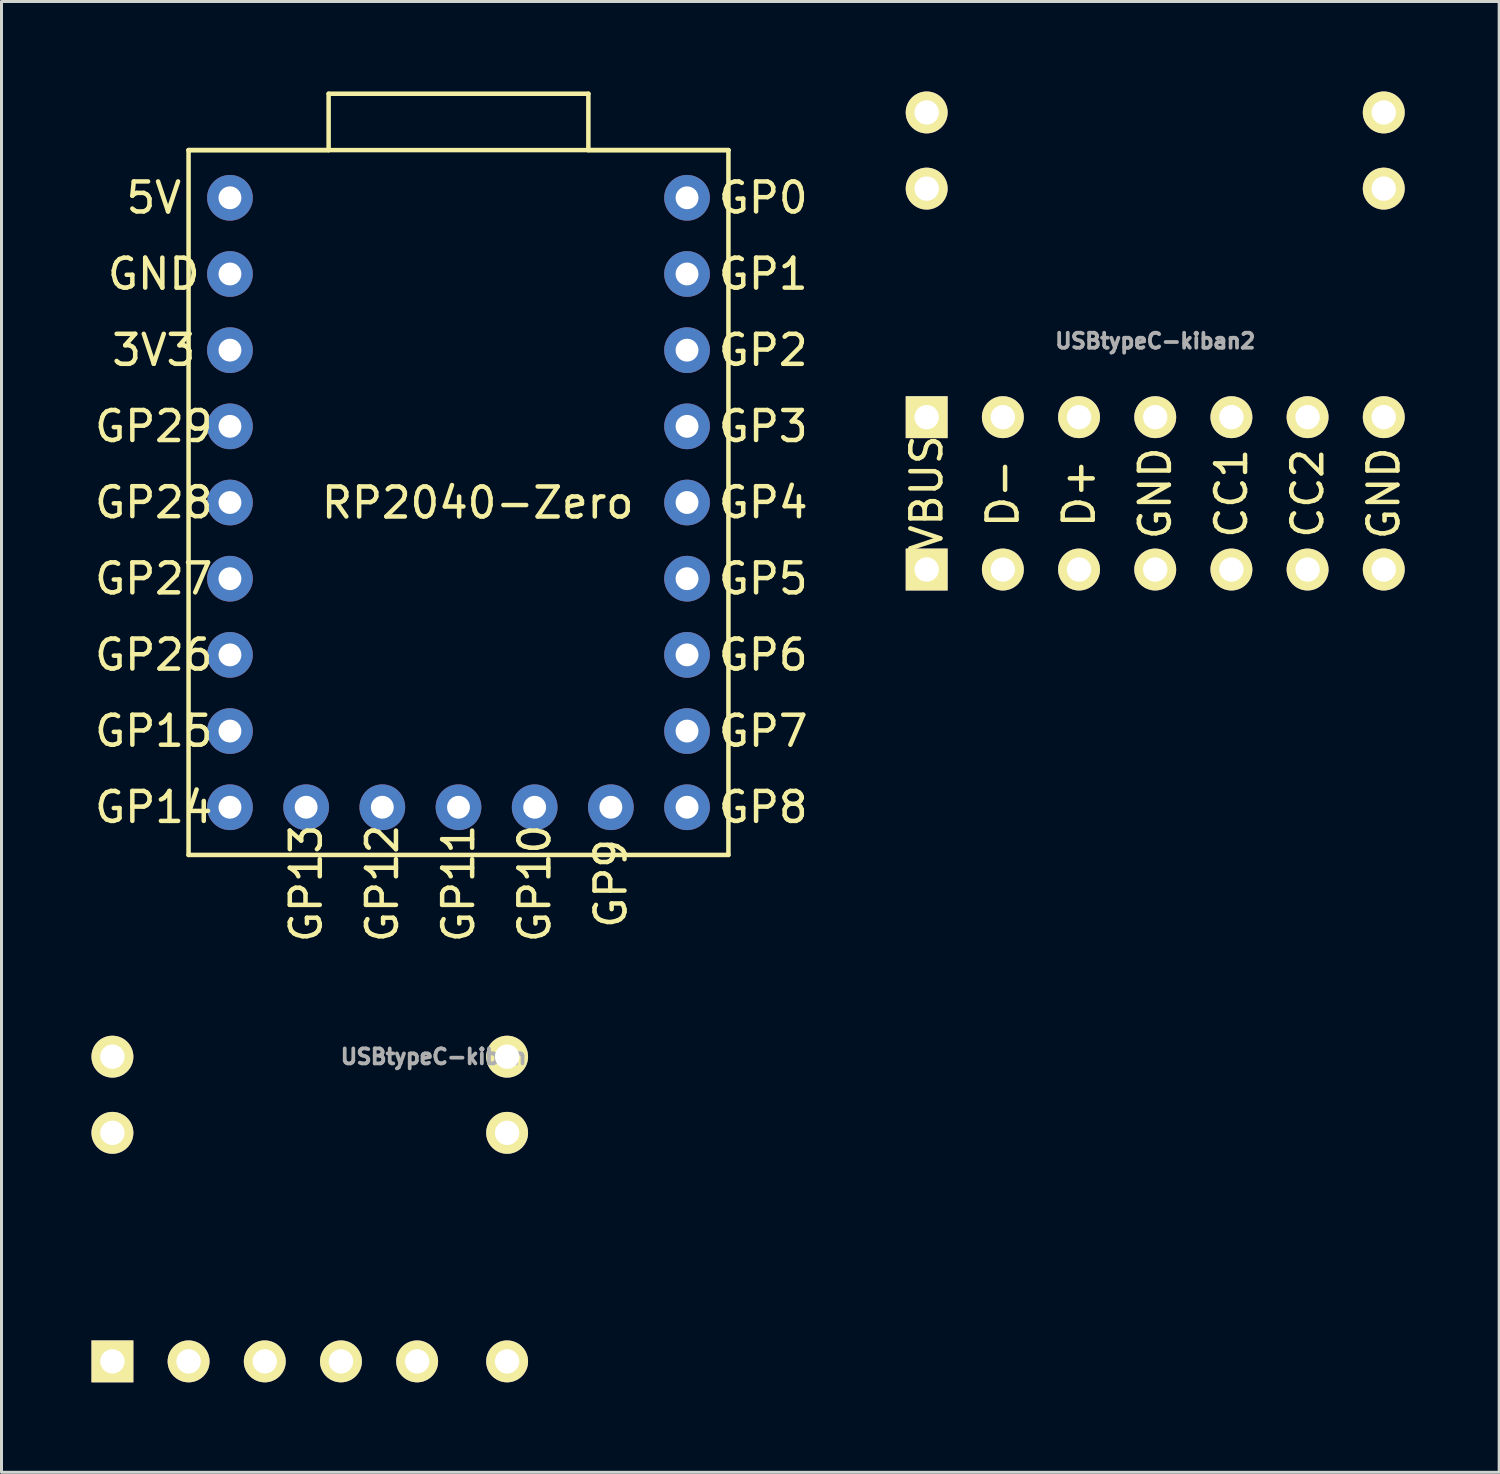
<source format=kicad_pcb>
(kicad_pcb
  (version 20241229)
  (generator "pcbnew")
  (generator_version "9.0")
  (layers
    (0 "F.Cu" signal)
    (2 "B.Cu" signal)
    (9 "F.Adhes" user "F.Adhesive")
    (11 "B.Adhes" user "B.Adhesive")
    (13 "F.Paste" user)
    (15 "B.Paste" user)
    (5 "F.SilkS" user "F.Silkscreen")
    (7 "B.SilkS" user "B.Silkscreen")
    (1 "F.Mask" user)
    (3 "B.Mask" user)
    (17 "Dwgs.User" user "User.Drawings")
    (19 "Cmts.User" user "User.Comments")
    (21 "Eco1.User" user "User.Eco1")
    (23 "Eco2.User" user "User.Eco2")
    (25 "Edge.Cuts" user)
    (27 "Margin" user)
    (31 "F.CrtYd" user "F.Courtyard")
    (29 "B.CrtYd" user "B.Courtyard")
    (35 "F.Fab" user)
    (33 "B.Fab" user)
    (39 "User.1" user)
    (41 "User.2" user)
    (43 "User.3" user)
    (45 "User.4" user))
  (footprint "USBtypeC-kiban"
    (layer "F.Cu")
    (at 10.858 32.181)
    (property "Reference" "USBtypeC-kiban" (at 0.55 0 0) (layer "F.Fab") (effects (font (size 0.5 0.5) (thickness 0.125))))
    (attr through_hole)
    (pad "1" thru_hole rect (at -10.16 10.16) (size 1.397 1.397) (drill 0.813) (layers "*.Cu" "B.Mask" "F.SilkS"))
    (pad "2" thru_hole circle (at -10.16 0) (size 1.397 1.397) (drill 0.813) (layers "*.Cu" "B.Mask" "F.SilkS"))
    (pad "2" thru_hole circle (at -10.16 2.54) (size 1.397 1.397) (drill 0.813) (layers "*.Cu" "B.Mask" "F.SilkS"))
    (pad "2" thru_hole circle (at -7.62 10.16) (size 1.397 1.397) (drill 0.813) (layers "*.Cu" "B.Mask" "F.SilkS"))
    (pad "2" thru_hole circle (at -5.08 10.16) (size 1.397 1.397) (drill 0.813) (layers "*.Cu" "B.Mask" "F.SilkS"))
    (pad "2" thru_hole circle (at -2.54 10.16) (size 1.397 1.397) (drill 0.813) (layers "*.Cu" "B.Mask" "F.SilkS"))
    (pad "2" thru_hole circle (at 0 10.16) (size 1.397 1.397) (drill 0.813) (layers "*.Cu" "B.Mask" "F.SilkS"))
    (pad "2" thru_hole circle (at 3 0) (size 1.397 1.397) (drill 0.813) (layers "*.Cu" "B.Mask" "F.SilkS"))
    (pad "2" thru_hole circle (at 3 2.54) (size 1.397 1.397) (drill 0.813) (layers "*.Cu" "B.Mask" "F.SilkS"))
    (pad "2" thru_hole circle (at 3 10.16) (size 1.397 1.397) (drill 0.813) (layers "*.Cu" "B.Mask" "F.SilkS")))
  (footprint "USBtypeC-kiban2"
    (layer "F.Cu")
    (at 35.217 3.239)
    (property "Reference" "USBtypeC-kiban2" (at 0.25 5.08 0) (layer "F.Fab") (effects (font (size 0.5 0.5) (thickness 0.125))))
    (attr through_hole)
    (fp_text user "D+" (at -2.29 10.16 270) (layer "F.SilkS") (effects (font (size 1 1) (thickness 0.15))))
    (fp_text user "GND" (at 7.87 10.16 90) (layer "F.SilkS") (effects (font (size 1 1) (thickness 0.15))))
    (fp_text user "VBUS" (at -7.37 10.16 270) (layer "F.SilkS") (effects (font (size 1 1) (thickness 0.15))))
    (fp_text user "CC2" (at 5.33 10.16 90) (layer "F.SilkS") (effects (font (size 1 1) (thickness 0.15))))
    (fp_text user "GND" (at 0.25 10.16 90) (layer "F.SilkS") (effects (font (size 1 1) (thickness 0.15))))
    (fp_text user "CC1" (at 2.79 10.16 90) (layer "F.SilkS") (effects (font (size 1 1) (thickness 0.15))))
    (fp_text user "D-" (at -4.83 10.16 90) (layer "F.SilkS") (effects (font (size 1 1) (thickness 0.15))))
    (pad "1" thru_hole rect (at -7.37 7.62) (size 1.397 1.397) (drill 0.813) (layers "*.Cu" "B.Mask" "F.SilkS"))
    (pad "1" thru_hole rect (at -7.37 12.7) (size 1.397 1.397) (drill 0.813) (layers "*.Cu" "B.Mask" "F.SilkS"))
    (pad "2" thru_hole circle (at -7.37 -2.54) (size 1.397 1.397) (drill 0.813) (layers "*.Cu" "B.Mask" "F.SilkS"))
    (pad "2" thru_hole circle (at -7.37 0) (size 1.397 1.397) (drill 0.813) (layers "*.Cu" "B.Mask" "F.SilkS"))
    (pad "2" thru_hole circle (at -4.83 7.62) (size 1.397 1.397) (drill 0.813) (layers "*.Cu" "B.Mask" "F.SilkS"))
    (pad "2" thru_hole circle (at -4.83 12.7) (size 1.397 1.397) (drill 0.813) (layers "*.Cu" "B.Mask" "F.SilkS"))
    (pad "2" thru_hole circle (at -2.29 7.62) (size 1.397 1.397) (drill 0.813) (layers "*.Cu" "B.Mask" "F.SilkS"))
    (pad "2" thru_hole circle (at -2.29 12.7) (size 1.397 1.397) (drill 0.813) (layers "*.Cu" "B.Mask" "F.SilkS"))
    (pad "2" thru_hole circle (at 0.25 7.62) (size 1.397 1.397) (drill 0.813) (layers "*.Cu" "B.Mask" "F.SilkS"))
    (pad "2" thru_hole circle (at 0.25 12.7) (size 1.397 1.397) (drill 0.813) (layers "*.Cu" "B.Mask" "F.SilkS"))
    (pad "2" thru_hole circle (at 2.79 7.62) (size 1.397 1.397) (drill 0.813) (layers "*.Cu" "B.Mask" "F.SilkS"))
    (pad "2" thru_hole circle (at 2.79 12.7) (size 1.397 1.397) (drill 0.813) (layers "*.Cu" "B.Mask" "F.SilkS"))
    (pad "2" thru_hole circle (at 5.33 7.62) (size 1.397 1.397) (drill 0.813) (layers "*.Cu" "B.Mask" "F.SilkS"))
    (pad "2" thru_hole circle (at 5.33 12.7) (size 1.397 1.397) (drill 0.813) (layers "*.Cu" "B.Mask" "F.SilkS"))
    (pad "2" thru_hole circle (at 7.87 -2.54) (size 1.397 1.397) (drill 0.813) (layers "*.Cu" "B.Mask" "F.SilkS"))
    (pad "2" thru_hole circle (at 7.87 0) (size 1.397 1.397) (drill 0.813) (layers "*.Cu" "B.Mask" "F.SilkS"))
    (pad "2" thru_hole circle (at 7.87 7.62) (size 1.397 1.397) (drill 0.813) (layers "*.Cu" "B.Mask" "F.SilkS"))
    (pad "2" thru_hole circle (at 7.87 12.7) (size 1.397 1.397) (drill 0.813) (layers "*.Cu" "B.Mask" "F.SilkS")))
  (footprint "RP2040-Zero"
    (layer "F.Cu")
    (at 14.777 6.085)
    (property "Reference" "RP2040-Zero" (at -1.9 7.63 0) (layer "F.SilkS") (effects (font (size 1 1) (thickness 0.15))))
    (attr through_hole)
    (fp_line (start -11.54 -4.13) (end -6.87 -4.13) (stroke (width 0.15) (type solid)) (layer "F.SilkS"))
    (fp_line (start -11.54 -4.13) (end 6.46 -4.13) (stroke (width 0.15) (type solid)) (layer "F.SilkS"))
    (fp_line (start -11.54 19.37) (end -11.54 -4.13) (stroke (width 0.15) (type solid)) (layer "F.SilkS"))
    (fp_line (start -6.87 -6.01) (end 1.79 -6.01) (stroke (width 0.15) (type solid)) (layer "F.SilkS"))
    (fp_line (start -6.87 -4.13) (end -6.87 -6.01) (stroke (width 0.15) (type solid)) (layer "F.SilkS"))
    (fp_line (start 1.79 -4.13) (end 1.79 -6.01) (stroke (width 0.15) (type solid)) (layer "F.SilkS"))
    (fp_line (start 6.46 -4.13) (end 1.79 -4.13) (stroke (width 0.15) (type solid)) (layer "F.SilkS"))
    (fp_line (start 6.46 -4.13) (end 6.46 19.37) (stroke (width 0.15) (type solid)) (layer "F.SilkS"))
    (fp_line (start 6.46 19.37) (end -11.54 19.37) (stroke (width 0.15) (type solid)) (layer "F.SilkS"))
    (fp_text user "GP4" (at 7.62 7.62 0) (layer "F.SilkS") (effects (font (size 1 1) (thickness 0.15))))
    (fp_text user "GP11" (at -2.54 20.32 90) (layer "F.SilkS") (effects (font (size 1 1) (thickness 0.15))))
    (fp_text user "GP9" (at 2.54 20.32 270) (layer "F.SilkS") (effects (font (size 1 1) (thickness 0.15))))
    (fp_text user "GP5" (at 7.62 10.16 0) (layer "F.SilkS") (effects (font (size 1 1) (thickness 0.15))))
    (fp_text user "GP1" (at 7.62 0 0) (layer "F.SilkS") (effects (font (size 1 1) (thickness 0.15))))
    (fp_text user "GP14" (at -12.7 17.78 0) (layer "F.SilkS") (effects (font (size 1 1) (thickness 0.15))))
    (fp_text user "GP13" (at -7.62 20.32 90) (layer "F.SilkS") (effects (font (size 1 1) (thickness 0.15))))
    (fp_text user "GP2" (at 7.62 2.54 0) (layer "F.SilkS") (effects (font (size 1 1) (thickness 0.15))))
    (fp_text user "GP0" (at 7.62 -2.54 0) (layer "F.SilkS") (effects (font (size 1 1) (thickness 0.15))))
    (fp_text user "GND" (at -12.7 0 0) (layer "F.SilkS") (effects (font (size 1 1) (thickness 0.15))))
    (fp_text user "GP26" (at -12.7 12.7 0) (layer "F.SilkS") (effects (font (size 1 1) (thickness 0.15))))
    (fp_text user "GP28" (at -12.7 7.62 0) (layer "F.SilkS") (effects (font (size 1 1) (thickness 0.15))))
    (fp_text user "GP15" (at -12.7 15.24 0) (layer "F.SilkS") (effects (font (size 1 1) (thickness 0.15))))
    (fp_text user "GP8" (at 7.62 17.78 0) (layer "F.SilkS") (effects (font (size 1 1) (thickness 0.15))))
    (fp_text user "GP12" (at -5.08 20.32 90) (layer "F.SilkS") (effects (font (size 1 1) (thickness 0.15))))
    (fp_text user "3V3" (at -12.7 2.54 0) (layer "F.SilkS") (effects (font (size 1 1) (thickness 0.15))))
    (fp_text user "GP6" (at 7.62 12.7 0) (layer "F.SilkS") (effects (font (size 1 1) (thickness 0.15))))
    (fp_text user "GP7" (at 7.62 15.24 0) (layer "F.SilkS") (effects (font (size 1 1) (thickness 0.15))))
    (fp_text user "GP29" (at -12.7 5.08 0) (layer "F.SilkS") (effects (font (size 1 1) (thickness 0.15))))
    (fp_text user "GP10" (at 0 20.32 90) (layer "F.SilkS") (effects (font (size 1 1) (thickness 0.15))))
    (fp_text user "GP27" (at -12.7 10.16 0) (layer "F.SilkS") (effects (font (size 1 1) (thickness 0.15))))
    (fp_text user "GP3" (at 7.62 5.08 0) (layer "F.SilkS") (effects (font (size 1 1) (thickness 0.15))))
    (fp_text user "5V" (at -12.7 -2.54 0) (layer "F.SilkS") (effects (font (size 1 1) (thickness 0.15))))
    (pad "0" thru_hole circle (at 5.08 -2.54) (size 1.524 1.524) (drill 0.762) (layers "*.Cu" "*.Mask"))
    (pad "1" thru_hole circle (at 5.08 0) (size 1.524 1.524) (drill 0.762) (layers "*.Cu" "*.Mask"))
    (pad "2" thru_hole circle (at 5.08 2.54) (size 1.524 1.524) (drill 0.762) (layers "*.Cu" "*.Mask"))
    (pad "3" thru_hole circle (at 5.08 5.08) (size 1.524 1.524) (drill 0.762) (layers "*.Cu" "*.Mask"))
    (pad "4" thru_hole circle (at 5.08 7.62) (size 1.524 1.524) (drill 0.762) (layers "*.Cu" "*.Mask"))
    (pad "5" thru_hole circle (at 5.08 10.16) (size 1.524 1.524) (drill 0.762) (layers "*.Cu" "*.Mask"))
    (pad "6" thru_hole circle (at 5.08 12.7) (size 1.524 1.524) (drill 0.762) (layers "*.Cu" "*.Mask"))
    (pad "7" thru_hole circle (at 5.08 15.24) (size 1.524 1.524) (drill 0.762) (layers "*.Cu" "*.Mask"))
    (pad "8" thru_hole circle (at 5.08 17.78) (size 1.524 1.524) (drill 0.762) (layers "*.Cu" "*.Mask"))
    (pad "9" thru_hole circle (at 2.54 17.78) (size 1.524 1.524) (drill 0.762) (layers "*.Cu" "*.Mask"))
    (pad "10" thru_hole circle (at 0 17.78) (size 1.524 1.524) (drill 0.762) (layers "*.Cu" "*.Mask"))
    (pad "11" thru_hole circle (at -2.54 17.78) (size 1.524 1.524) (drill 0.762) (layers "*.Cu" "*.Mask"))
    (pad "12" thru_hole circle (at -5.08 17.78) (size 1.524 1.524) (drill 0.762) (layers "*.Cu" "*.Mask"))
    (pad "13" thru_hole circle (at -7.62 17.78) (size 1.524 1.524) (drill 0.762) (layers "*.Cu" "*.Mask"))
    (pad "14" thru_hole circle (at -10.16 17.78) (size 1.524 1.524) (drill 0.762) (layers "*.Cu" "*.Mask"))
    (pad "15" thru_hole circle (at -10.16 15.24) (size 1.524 1.524) (drill 0.762) (layers "*.Cu" "*.Mask"))
    (pad "26" thru_hole circle (at -10.16 12.7) (size 1.524 1.524) (drill 0.762) (layers "*.Cu" "*.Mask"))
    (pad "27" thru_hole circle (at -10.16 10.16) (size 1.524 1.524) (drill 0.762) (layers "*.Cu" "*.Mask"))
    (pad "28" thru_hole circle (at -10.16 7.62) (size 1.524 1.524) (drill 0.762) (layers "*.Cu" "*.Mask"))
    (pad "29" thru_hole circle (at -10.16 5.08) (size 1.524 1.524) (drill 0.762) (layers "*.Cu" "*.Mask"))
    (pad "30" thru_hole circle (at -10.16 2.54) (size 1.524 1.524) (drill 0.762) (layers "*.Cu" "*.Mask"))
    (pad "31" thru_hole circle (at -10.16 0) (size 1.524 1.524) (drill 0.762) (layers "*.Cu" "*.Mask"))
    (pad "32" thru_hole circle (at -10.16 -2.54) (size 1.524 1.524) (drill 0.762) (layers "*.Cu" "*.Mask")))
  (gr_rect
    (start -3 -3)
    (end 46.935 46.039)
    (stroke (width 0.1) (type default))
    (fill no)
    (layer "Edge.Cuts")))
</source>
